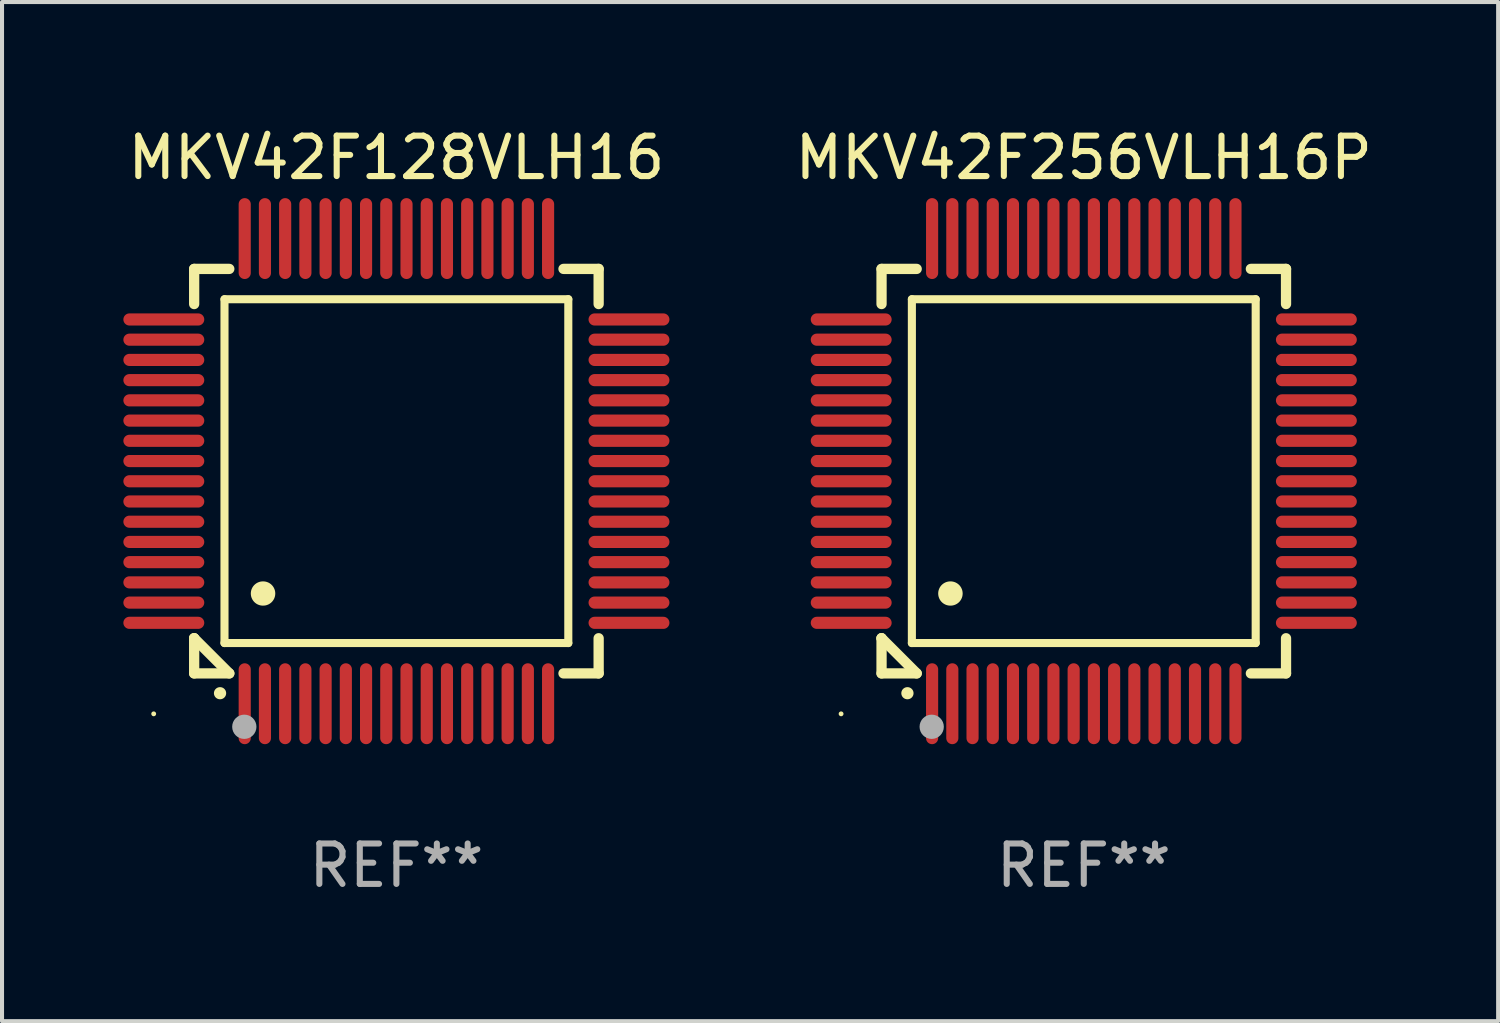
<source format=kicad_pcb>
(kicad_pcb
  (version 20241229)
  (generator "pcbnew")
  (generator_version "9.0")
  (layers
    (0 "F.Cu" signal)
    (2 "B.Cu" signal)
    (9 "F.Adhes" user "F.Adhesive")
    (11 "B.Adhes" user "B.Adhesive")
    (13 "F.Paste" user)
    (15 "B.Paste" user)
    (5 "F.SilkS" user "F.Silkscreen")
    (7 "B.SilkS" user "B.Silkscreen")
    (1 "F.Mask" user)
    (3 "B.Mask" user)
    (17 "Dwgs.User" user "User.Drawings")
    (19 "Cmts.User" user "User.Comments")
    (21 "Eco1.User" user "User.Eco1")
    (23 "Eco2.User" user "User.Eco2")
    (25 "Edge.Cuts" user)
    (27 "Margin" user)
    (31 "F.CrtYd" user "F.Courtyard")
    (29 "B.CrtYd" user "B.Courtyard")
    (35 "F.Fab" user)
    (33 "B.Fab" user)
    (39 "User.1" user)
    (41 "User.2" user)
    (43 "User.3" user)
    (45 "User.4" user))
  (footprint "MKV42F128VLH16"
    (layer "F.Cu")
    (at 6.75 8.598)
    (property "Reference" "MKV42F128VLH16" (at 0 -7.75 0) (layer "F.SilkS") (effects (font (size 1 1) (thickness 0.15))))
    (attr through_hole)
    (fp_line (start -5 -5) (end -4.131 -5) (stroke (width 0.254) (type solid)) (layer "F.SilkS"))
    (fp_line (start -5 -4.131) (end -5 -5) (stroke (width 0.254) (type solid)) (layer "F.SilkS"))
    (fp_line (start -5 4.131) (end -5 4.131) (stroke (width 0.254) (type solid)) (layer "F.SilkS"))
    (fp_line (start -5 5) (end -5 4.131) (stroke (width 0.254) (type solid)) (layer "F.SilkS"))
    (fp_line (start -5 4.131) (end -4.131 5) (stroke (width 0.254) (type solid)) (layer "F.SilkS"))
    (fp_line (start -4.25 -4.25) (end -4.25 4.25) (stroke (width 0.2) (type solid)) (layer "F.SilkS"))
    (fp_line (start -4.25 4.25) (end 4.25 4.25) (stroke (width 0.2) (type solid)) (layer "F.SilkS"))
    (fp_line (start -4.131 5) (end -5 5) (stroke (width 0.254) (type solid)) (layer "F.SilkS"))
    (fp_line (start 4.25 -4.25) (end -4.25 -4.25) (stroke (width 0.2) (type solid)) (layer "F.SilkS"))
    (fp_line (start 4.25 4.25) (end 4.25 -4.25) (stroke (width 0.2) (type solid)) (layer "F.SilkS"))
    (fp_line (start 5 -5) (end 4.131 -5) (stroke (width 0.254) (type solid)) (layer "F.SilkS"))
    (fp_line (start 5 -5) (end 5 -4.131) (stroke (width 0.254) (type solid)) (layer "F.SilkS"))
    (fp_line (start 5 4.131) (end 5 5) (stroke (width 0.254) (type solid)) (layer "F.SilkS"))
    (fp_line (start 5 5) (end 4.131 5) (stroke (width 0.254) (type solid)) (layer "F.SilkS"))
    (fp_arc (start -4.361265 5.489992) (mid -4.359995 5.489987) (end -4.358725 5.489992) (stroke (width 0.3) (type solid)) (layer "F.SilkS"))
    (fp_arc (start -3.299467 3.025146) (mid -3.296927 3.025135) (end -3.294387 3.025146) (stroke (width 0.6) (type solid)) (layer "F.SilkS"))
    (fp_circle (center -6 6) (end -5.97 6) (stroke (width 0.06) (type solid)) (fill no) (layer "F.SilkS"))
    (fp_circle (center -3.76 6.32) (end -3.61 6.32) (stroke (width 0.3) (type solid)) (fill no) (layer "F.Fab"))
    (fp_text user "REF**" (at 0 9.75 0) (layer "F.Fab") (effects (font (size 1 1) (thickness 0.15))))
    (pad "1" smd oval (at -3.75 5.75) (size 0.3 2) (layers "F.Cu" "F.Mask" "F.Paste"))
    (pad "2" smd oval (at -3.25 5.75) (size 0.3 2) (layers "F.Cu" "F.Mask" "F.Paste"))
    (pad "3" smd oval (at -2.75 5.75) (size 0.3 2) (layers "F.Cu" "F.Mask" "F.Paste"))
    (pad "4" smd oval (at -2.25 5.75) (size 0.3 2) (layers "F.Cu" "F.Mask" "F.Paste"))
    (pad "5" smd oval (at -1.75 5.75) (size 0.3 2) (layers "F.Cu" "F.Mask" "F.Paste"))
    (pad "6" smd oval (at -1.25 5.75) (size 0.3 2) (layers "F.Cu" "F.Mask" "F.Paste"))
    (pad "7" smd oval (at -0.75 5.75) (size 0.3 2) (layers "F.Cu" "F.Mask" "F.Paste"))
    (pad "8" smd oval (at -0.25 5.75) (size 0.3 2) (layers "F.Cu" "F.Mask" "F.Paste"))
    (pad "9" smd oval (at 0.25 5.75) (size 0.3 2) (layers "F.Cu" "F.Mask" "F.Paste"))
    (pad "10" smd oval (at 0.75 5.75) (size 0.3 2) (layers "F.Cu" "F.Mask" "F.Paste"))
    (pad "11" smd oval (at 1.25 5.75) (size 0.3 2) (layers "F.Cu" "F.Mask" "F.Paste"))
    (pad "12" smd oval (at 1.75 5.75) (size 0.3 2) (layers "F.Cu" "F.Mask" "F.Paste"))
    (pad "13" smd oval (at 2.25 5.75) (size 0.3 2) (layers "F.Cu" "F.Mask" "F.Paste"))
    (pad "14" smd oval (at 2.75 5.75) (size 0.3 2) (layers "F.Cu" "F.Mask" "F.Paste"))
    (pad "15" smd oval (at 3.25 5.75) (size 0.3 2) (layers "F.Cu" "F.Mask" "F.Paste"))
    (pad "16" smd oval (at 3.75 5.75) (size 0.3 2) (layers "F.Cu" "F.Mask" "F.Paste"))
    (pad "17" smd oval (at 5.75 3.75) (size 2 0.3) (layers "F.Cu" "F.Mask" "F.Paste"))
    (pad "18" smd oval (at 5.75 3.25) (size 2 0.3) (layers "F.Cu" "F.Mask" "F.Paste"))
    (pad "19" smd oval (at 5.75 2.75) (size 2 0.3) (layers "F.Cu" "F.Mask" "F.Paste"))
    (pad "20" smd oval (at 5.75 2.25) (size 2 0.3) (layers "F.Cu" "F.Mask" "F.Paste"))
    (pad "21" smd oval (at 5.75 1.75) (size 2 0.3) (layers "F.Cu" "F.Mask" "F.Paste"))
    (pad "22" smd oval (at 5.75 1.25) (size 2 0.3) (layers "F.Cu" "F.Mask" "F.Paste"))
    (pad "23" smd oval (at 5.75 0.75) (size 2 0.3) (layers "F.Cu" "F.Mask" "F.Paste"))
    (pad "24" smd oval (at 5.75 0.25) (size 2 0.3) (layers "F.Cu" "F.Mask" "F.Paste"))
    (pad "25" smd oval (at 5.75 -0.25) (size 2 0.3) (layers "F.Cu" "F.Mask" "F.Paste"))
    (pad "26" smd oval (at 5.75 -0.75) (size 2 0.3) (layers "F.Cu" "F.Mask" "F.Paste"))
    (pad "27" smd oval (at 5.75 -1.25) (size 2 0.3) (layers "F.Cu" "F.Mask" "F.Paste"))
    (pad "28" smd oval (at 5.75 -1.75) (size 2 0.3) (layers "F.Cu" "F.Mask" "F.Paste"))
    (pad "29" smd oval (at 5.75 -2.25) (size 2 0.3) (layers "F.Cu" "F.Mask" "F.Paste"))
    (pad "30" smd oval (at 5.75 -2.75) (size 2 0.3) (layers "F.Cu" "F.Mask" "F.Paste"))
    (pad "31" smd oval (at 5.75 -3.25) (size 2 0.3) (layers "F.Cu" "F.Mask" "F.Paste"))
    (pad "32" smd oval (at 5.75 -3.75) (size 2 0.3) (layers "F.Cu" "F.Mask" "F.Paste"))
    (pad "33" smd oval (at 3.75 -5.75) (size 0.3 2) (layers "F.Cu" "F.Mask" "F.Paste"))
    (pad "34" smd oval (at 3.25 -5.75) (size 0.3 2) (layers "F.Cu" "F.Mask" "F.Paste"))
    (pad "35" smd oval (at 2.75 -5.75) (size 0.3 2) (layers "F.Cu" "F.Mask" "F.Paste"))
    (pad "36" smd oval (at 2.25 -5.75) (size 0.3 2) (layers "F.Cu" "F.Mask" "F.Paste"))
    (pad "37" smd oval (at 1.75 -5.75) (size 0.3 2) (layers "F.Cu" "F.Mask" "F.Paste"))
    (pad "38" smd oval (at 1.25 -5.75) (size 0.3 2) (layers "F.Cu" "F.Mask" "F.Paste"))
    (pad "39" smd oval (at 0.75 -5.75) (size 0.3 2) (layers "F.Cu" "F.Mask" "F.Paste"))
    (pad "40" smd oval (at 0.25 -5.75) (size 0.3 2) (layers "F.Cu" "F.Mask" "F.Paste"))
    (pad "41" smd oval (at -0.25 -5.75) (size 0.3 2) (layers "F.Cu" "F.Mask" "F.Paste"))
    (pad "42" smd oval (at -0.75 -5.75) (size 0.3 2) (layers "F.Cu" "F.Mask" "F.Paste"))
    (pad "43" smd oval (at -1.25 -5.75) (size 0.3 2) (layers "F.Cu" "F.Mask" "F.Paste"))
    (pad "44" smd oval (at -1.75 -5.75) (size 0.3 2) (layers "F.Cu" "F.Mask" "F.Paste"))
    (pad "45" smd oval (at -2.25 -5.75) (size 0.3 2) (layers "F.Cu" "F.Mask" "F.Paste"))
    (pad "46" smd oval (at -2.75 -5.75) (size 0.3 2) (layers "F.Cu" "F.Mask" "F.Paste"))
    (pad "47" smd oval (at -3.25 -5.75) (size 0.3 2) (layers "F.Cu" "F.Mask" "F.Paste"))
    (pad "48" smd oval (at -3.75 -5.75) (size 0.3 2) (layers "F.Cu" "F.Mask" "F.Paste"))
    (pad "49" smd oval (at -5.75 -3.75) (size 2 0.3) (layers "F.Cu" "F.Mask" "F.Paste"))
    (pad "50" smd oval (at -5.75 -3.25) (size 2 0.3) (layers "F.Cu" "F.Mask" "F.Paste"))
    (pad "51" smd oval (at -5.75 -2.75) (size 2 0.3) (layers "F.Cu" "F.Mask" "F.Paste"))
    (pad "52" smd oval (at -5.75 -2.25) (size 2 0.3) (layers "F.Cu" "F.Mask" "F.Paste"))
    (pad "53" smd oval (at -5.75 -1.75) (size 2 0.3) (layers "F.Cu" "F.Mask" "F.Paste"))
    (pad "54" smd oval (at -5.75 -1.25) (size 2 0.3) (layers "F.Cu" "F.Mask" "F.Paste"))
    (pad "55" smd oval (at -5.75 -0.75) (size 2 0.3) (layers "F.Cu" "F.Mask" "F.Paste"))
    (pad "56" smd oval (at -5.75 -0.25) (size 2 0.3) (layers "F.Cu" "F.Mask" "F.Paste"))
    (pad "57" smd oval (at -5.75 0.25) (size 2 0.3) (layers "F.Cu" "F.Mask" "F.Paste"))
    (pad "58" smd oval (at -5.75 0.75) (size 2 0.3) (layers "F.Cu" "F.Mask" "F.Paste"))
    (pad "59" smd oval (at -5.75 1.25) (size 2 0.3) (layers "F.Cu" "F.Mask" "F.Paste"))
    (pad "60" smd oval (at -5.75 1.75) (size 2 0.3) (layers "F.Cu" "F.Mask" "F.Paste"))
    (pad "61" smd oval (at -5.75 2.25) (size 2 0.3) (layers "F.Cu" "F.Mask" "F.Paste"))
    (pad "62" smd oval (at -5.75 2.75) (size 2 0.3) (layers "F.Cu" "F.Mask" "F.Paste"))
    (pad "63" smd oval (at -5.75 3.25) (size 2 0.3) (layers "F.Cu" "F.Mask" "F.Paste"))
    (pad "64" smd oval (at -5.75 3.75) (size 2 0.3) (layers "F.Cu" "F.Mask" "F.Paste")))
  (footprint "MKV42F256VLH16P"
    (layer "F.Cu")
    (at 23.744 8.598)
    (property "Reference" "MKV42F256VLH16P" (at 0 -7.75 0) (layer "F.SilkS") (effects (font (size 1 1) (thickness 0.15))))
    (attr through_hole)
    (fp_line (start -5 -5) (end -4.131 -5) (stroke (width 0.254) (type solid)) (layer "F.SilkS"))
    (fp_line (start -5 -4.131) (end -5 -5) (stroke (width 0.254) (type solid)) (layer "F.SilkS"))
    (fp_line (start -5 4.131) (end -5 4.131) (stroke (width 0.254) (type solid)) (layer "F.SilkS"))
    (fp_line (start -5 5) (end -5 4.131) (stroke (width 0.254) (type solid)) (layer "F.SilkS"))
    (fp_line (start -5 4.131) (end -4.131 5) (stroke (width 0.254) (type solid)) (layer "F.SilkS"))
    (fp_line (start -4.25 -4.25) (end -4.25 4.25) (stroke (width 0.2) (type solid)) (layer "F.SilkS"))
    (fp_line (start -4.25 4.25) (end 4.25 4.25) (stroke (width 0.2) (type solid)) (layer "F.SilkS"))
    (fp_line (start -4.131 5) (end -5 5) (stroke (width 0.254) (type solid)) (layer "F.SilkS"))
    (fp_line (start 4.25 -4.25) (end -4.25 -4.25) (stroke (width 0.2) (type solid)) (layer "F.SilkS"))
    (fp_line (start 4.25 4.25) (end 4.25 -4.25) (stroke (width 0.2) (type solid)) (layer "F.SilkS"))
    (fp_line (start 5 -5) (end 4.131 -5) (stroke (width 0.254) (type solid)) (layer "F.SilkS"))
    (fp_line (start 5 -5) (end 5 -4.131) (stroke (width 0.254) (type solid)) (layer "F.SilkS"))
    (fp_line (start 5 4.131) (end 5 5) (stroke (width 0.254) (type solid)) (layer "F.SilkS"))
    (fp_line (start 5 5) (end 4.131 5) (stroke (width 0.254) (type solid)) (layer "F.SilkS"))
    (fp_arc (start -4.361265 5.489992) (mid -4.359995 5.489987) (end -4.358725 5.489992) (stroke (width 0.3) (type solid)) (layer "F.SilkS"))
    (fp_arc (start -3.299467 3.025146) (mid -3.296927 3.025135) (end -3.294387 3.025146) (stroke (width 0.6) (type solid)) (layer "F.SilkS"))
    (fp_circle (center -6 6) (end -5.97 6) (stroke (width 0.06) (type solid)) (fill no) (layer "F.SilkS"))
    (fp_circle (center -3.76 6.32) (end -3.61 6.32) (stroke (width 0.3) (type solid)) (fill no) (layer "F.Fab"))
    (fp_text user "REF**" (at 0 9.75 0) (layer "F.Fab") (effects (font (size 1 1) (thickness 0.15))))
    (pad "1" smd oval (at -3.75 5.75) (size 0.3 2) (layers "F.Cu" "F.Mask" "F.Paste"))
    (pad "2" smd oval (at -3.25 5.75) (size 0.3 2) (layers "F.Cu" "F.Mask" "F.Paste"))
    (pad "3" smd oval (at -2.75 5.75) (size 0.3 2) (layers "F.Cu" "F.Mask" "F.Paste"))
    (pad "4" smd oval (at -2.25 5.75) (size 0.3 2) (layers "F.Cu" "F.Mask" "F.Paste"))
    (pad "5" smd oval (at -1.75 5.75) (size 0.3 2) (layers "F.Cu" "F.Mask" "F.Paste"))
    (pad "6" smd oval (at -1.25 5.75) (size 0.3 2) (layers "F.Cu" "F.Mask" "F.Paste"))
    (pad "7" smd oval (at -0.75 5.75) (size 0.3 2) (layers "F.Cu" "F.Mask" "F.Paste"))
    (pad "8" smd oval (at -0.25 5.75) (size 0.3 2) (layers "F.Cu" "F.Mask" "F.Paste"))
    (pad "9" smd oval (at 0.25 5.75) (size 0.3 2) (layers "F.Cu" "F.Mask" "F.Paste"))
    (pad "10" smd oval (at 0.75 5.75) (size 0.3 2) (layers "F.Cu" "F.Mask" "F.Paste"))
    (pad "11" smd oval (at 1.25 5.75) (size 0.3 2) (layers "F.Cu" "F.Mask" "F.Paste"))
    (pad "12" smd oval (at 1.75 5.75) (size 0.3 2) (layers "F.Cu" "F.Mask" "F.Paste"))
    (pad "13" smd oval (at 2.25 5.75) (size 0.3 2) (layers "F.Cu" "F.Mask" "F.Paste"))
    (pad "14" smd oval (at 2.75 5.75) (size 0.3 2) (layers "F.Cu" "F.Mask" "F.Paste"))
    (pad "15" smd oval (at 3.25 5.75) (size 0.3 2) (layers "F.Cu" "F.Mask" "F.Paste"))
    (pad "16" smd oval (at 3.75 5.75) (size 0.3 2) (layers "F.Cu" "F.Mask" "F.Paste"))
    (pad "17" smd oval (at 5.75 3.75) (size 2 0.3) (layers "F.Cu" "F.Mask" "F.Paste"))
    (pad "18" smd oval (at 5.75 3.25) (size 2 0.3) (layers "F.Cu" "F.Mask" "F.Paste"))
    (pad "19" smd oval (at 5.75 2.75) (size 2 0.3) (layers "F.Cu" "F.Mask" "F.Paste"))
    (pad "20" smd oval (at 5.75 2.25) (size 2 0.3) (layers "F.Cu" "F.Mask" "F.Paste"))
    (pad "21" smd oval (at 5.75 1.75) (size 2 0.3) (layers "F.Cu" "F.Mask" "F.Paste"))
    (pad "22" smd oval (at 5.75 1.25) (size 2 0.3) (layers "F.Cu" "F.Mask" "F.Paste"))
    (pad "23" smd oval (at 5.75 0.75) (size 2 0.3) (layers "F.Cu" "F.Mask" "F.Paste"))
    (pad "24" smd oval (at 5.75 0.25) (size 2 0.3) (layers "F.Cu" "F.Mask" "F.Paste"))
    (pad "25" smd oval (at 5.75 -0.25) (size 2 0.3) (layers "F.Cu" "F.Mask" "F.Paste"))
    (pad "26" smd oval (at 5.75 -0.75) (size 2 0.3) (layers "F.Cu" "F.Mask" "F.Paste"))
    (pad "27" smd oval (at 5.75 -1.25) (size 2 0.3) (layers "F.Cu" "F.Mask" "F.Paste"))
    (pad "28" smd oval (at 5.75 -1.75) (size 2 0.3) (layers "F.Cu" "F.Mask" "F.Paste"))
    (pad "29" smd oval (at 5.75 -2.25) (size 2 0.3) (layers "F.Cu" "F.Mask" "F.Paste"))
    (pad "30" smd oval (at 5.75 -2.75) (size 2 0.3) (layers "F.Cu" "F.Mask" "F.Paste"))
    (pad "31" smd oval (at 5.75 -3.25) (size 2 0.3) (layers "F.Cu" "F.Mask" "F.Paste"))
    (pad "32" smd oval (at 5.75 -3.75) (size 2 0.3) (layers "F.Cu" "F.Mask" "F.Paste"))
    (pad "33" smd oval (at 3.75 -5.75) (size 0.3 2) (layers "F.Cu" "F.Mask" "F.Paste"))
    (pad "34" smd oval (at 3.25 -5.75) (size 0.3 2) (layers "F.Cu" "F.Mask" "F.Paste"))
    (pad "35" smd oval (at 2.75 -5.75) (size 0.3 2) (layers "F.Cu" "F.Mask" "F.Paste"))
    (pad "36" smd oval (at 2.25 -5.75) (size 0.3 2) (layers "F.Cu" "F.Mask" "F.Paste"))
    (pad "37" smd oval (at 1.75 -5.75) (size 0.3 2) (layers "F.Cu" "F.Mask" "F.Paste"))
    (pad "38" smd oval (at 1.25 -5.75) (size 0.3 2) (layers "F.Cu" "F.Mask" "F.Paste"))
    (pad "39" smd oval (at 0.75 -5.75) (size 0.3 2) (layers "F.Cu" "F.Mask" "F.Paste"))
    (pad "40" smd oval (at 0.25 -5.75) (size 0.3 2) (layers "F.Cu" "F.Mask" "F.Paste"))
    (pad "41" smd oval (at -0.25 -5.75) (size 0.3 2) (layers "F.Cu" "F.Mask" "F.Paste"))
    (pad "42" smd oval (at -0.75 -5.75) (size 0.3 2) (layers "F.Cu" "F.Mask" "F.Paste"))
    (pad "43" smd oval (at -1.25 -5.75) (size 0.3 2) (layers "F.Cu" "F.Mask" "F.Paste"))
    (pad "44" smd oval (at -1.75 -5.75) (size 0.3 2) (layers "F.Cu" "F.Mask" "F.Paste"))
    (pad "45" smd oval (at -2.25 -5.75) (size 0.3 2) (layers "F.Cu" "F.Mask" "F.Paste"))
    (pad "46" smd oval (at -2.75 -5.75) (size 0.3 2) (layers "F.Cu" "F.Mask" "F.Paste"))
    (pad "47" smd oval (at -3.25 -5.75) (size 0.3 2) (layers "F.Cu" "F.Mask" "F.Paste"))
    (pad "48" smd oval (at -3.75 -5.75) (size 0.3 2) (layers "F.Cu" "F.Mask" "F.Paste"))
    (pad "49" smd oval (at -5.75 -3.75) (size 2 0.3) (layers "F.Cu" "F.Mask" "F.Paste"))
    (pad "50" smd oval (at -5.75 -3.25) (size 2 0.3) (layers "F.Cu" "F.Mask" "F.Paste"))
    (pad "51" smd oval (at -5.75 -2.75) (size 2 0.3) (layers "F.Cu" "F.Mask" "F.Paste"))
    (pad "52" smd oval (at -5.75 -2.25) (size 2 0.3) (layers "F.Cu" "F.Mask" "F.Paste"))
    (pad "53" smd oval (at -5.75 -1.75) (size 2 0.3) (layers "F.Cu" "F.Mask" "F.Paste"))
    (pad "54" smd oval (at -5.75 -1.25) (size 2 0.3) (layers "F.Cu" "F.Mask" "F.Paste"))
    (pad "55" smd oval (at -5.75 -0.75) (size 2 0.3) (layers "F.Cu" "F.Mask" "F.Paste"))
    (pad "56" smd oval (at -5.75 -0.25) (size 2 0.3) (layers "F.Cu" "F.Mask" "F.Paste"))
    (pad "57" smd oval (at -5.75 0.25) (size 2 0.3) (layers "F.Cu" "F.Mask" "F.Paste"))
    (pad "58" smd oval (at -5.75 0.75) (size 2 0.3) (layers "F.Cu" "F.Mask" "F.Paste"))
    (pad "59" smd oval (at -5.75 1.25) (size 2 0.3) (layers "F.Cu" "F.Mask" "F.Paste"))
    (pad "60" smd oval (at -5.75 1.75) (size 2 0.3) (layers "F.Cu" "F.Mask" "F.Paste"))
    (pad "61" smd oval (at -5.75 2.25) (size 2 0.3) (layers "F.Cu" "F.Mask" "F.Paste"))
    (pad "62" smd oval (at -5.75 2.75) (size 2 0.3) (layers "F.Cu" "F.Mask" "F.Paste"))
    (pad "63" smd oval (at -5.75 3.25) (size 2 0.3) (layers "F.Cu" "F.Mask" "F.Paste"))
    (pad "64" smd oval (at -5.75 3.75) (size 2 0.3) (layers "F.Cu" "F.Mask" "F.Paste")))
  (gr_rect
    (start -3 -3)
    (end 33.988 22.196)
    (stroke (width 0.1) (type default))
    (fill no)
    (layer "Edge.Cuts")))
</source>
